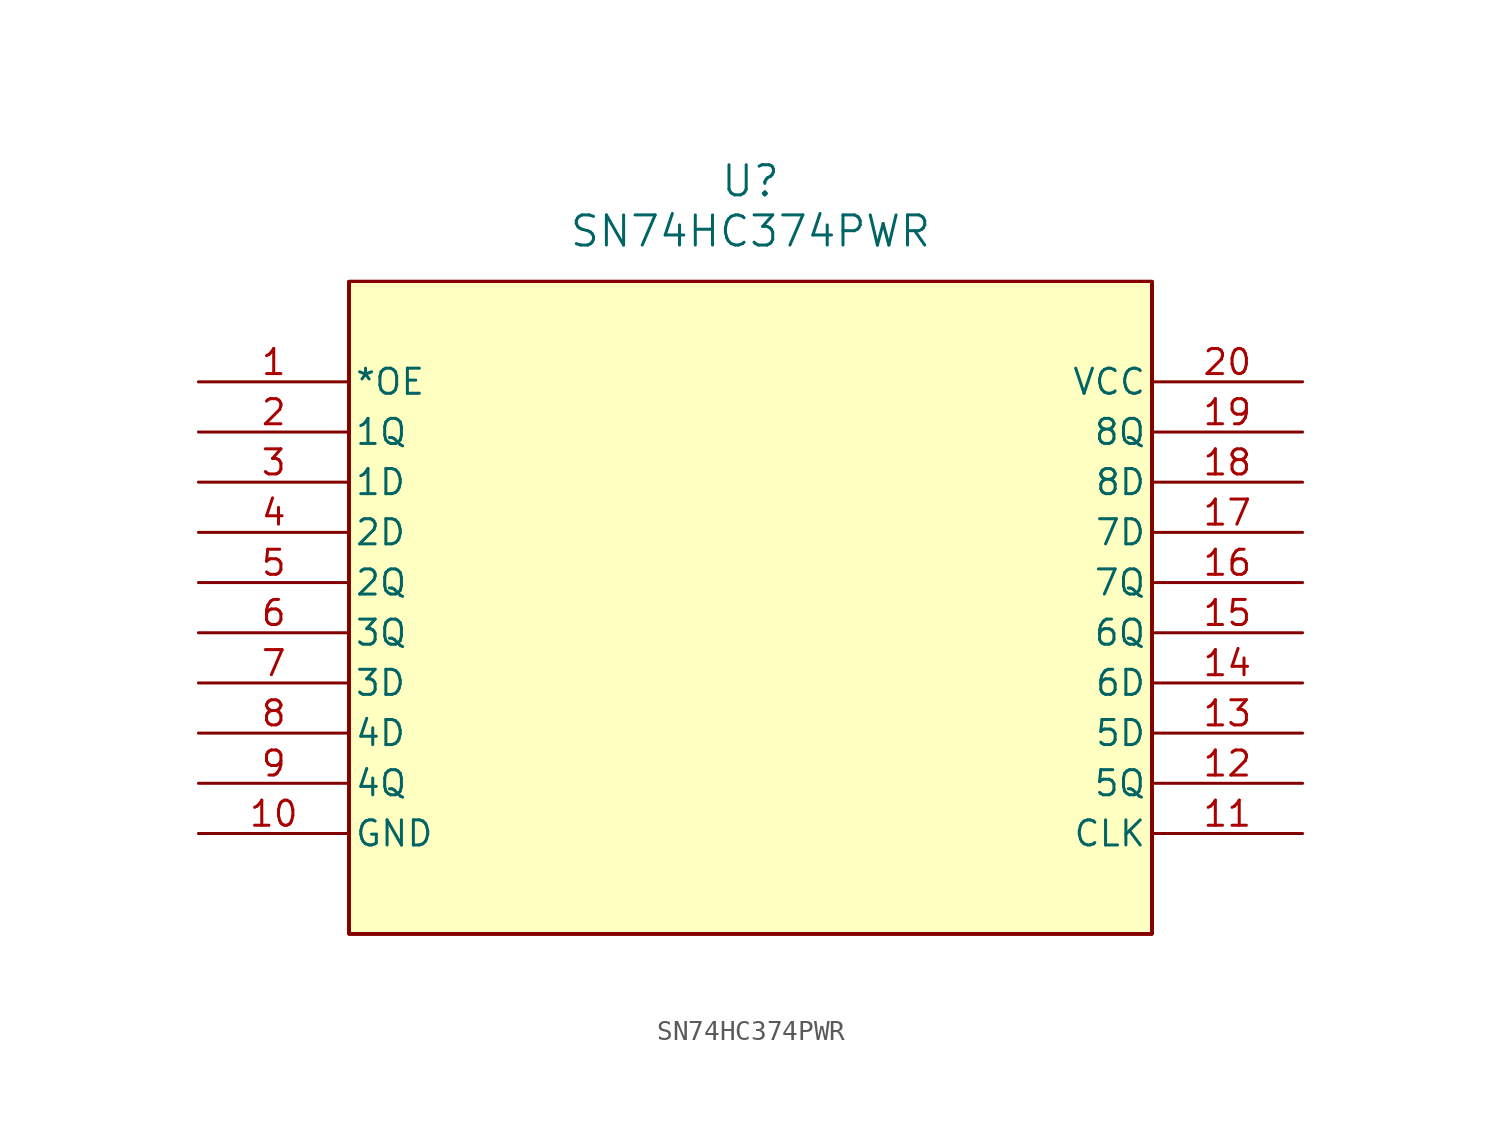
<source format=kicad_sym>
(kicad_symbol_lib
  (version 20241209)
  (generator "kicad_symbol_editor")
  (generator_version "9.0")
  (symbol "SN74HC374PWR"
    (pin_names
      (offset 0.254))
    (property "Reference" "U"
      (at 99.06 -6.35 0)
      (effects (font (size 1.524 1.524))))
    (property "Value" "SN74HC374PWR"
      (at 99.06 -8.89 0)
      (effects (font (size 1.524 1.524))))
    (symbol "SN74HC374PWR_0_1"
      (polyline (pts (xy 119.38 -11.43) (xy 78.74 -11.43)) (stroke (width 0.127) (type default)) (fill (type none)))
      (polyline (pts (xy 119.38 -44.45) (xy 119.38 -11.43)) (stroke (width 0.127) (type default)) (fill (type none)))
      (pin input line (at 71.12 -16.51 0) (length 7.62) (name "*OE" (effects (font (size 1.27 1.27)))) (number "1" (effects (font (size 1.27 1.27)))))
      (pin output line (at 71.12 -19.05 0) (length 7.62) (name "1Q" (effects (font (size 1.27 1.27)))) (number "2" (effects (font (size 1.27 1.27)))))
      (pin input line (at 71.12 -21.59 0) (length 7.62) (name "1D" (effects (font (size 1.27 1.27)))) (number "3" (effects (font (size 1.27 1.27)))))
      (pin input line (at 71.12 -24.13 0) (length 7.62) (name "2D" (effects (font (size 1.27 1.27)))) (number "4" (effects (font (size 1.27 1.27)))))
      (pin output line (at 71.12 -26.67 0) (length 7.62) (name "2Q" (effects (font (size 1.27 1.27)))) (number "5" (effects (font (size 1.27 1.27)))))
      (pin output line (at 71.12 -29.21 0) (length 7.62) (name "3Q" (effects (font (size 1.27 1.27)))) (number "6" (effects (font (size 1.27 1.27)))))
      (pin input line (at 71.12 -31.75 0) (length 7.62) (name "3D" (effects (font (size 1.27 1.27)))) (number "7" (effects (font (size 1.27 1.27)))))
      (pin input line (at 71.12 -34.29 0) (length 7.62) (name "4D" (effects (font (size 1.27 1.27)))) (number "8" (effects (font (size 1.27 1.27)))))
      (pin output line (at 71.12 -36.83 0) (length 7.62) (name "4Q" (effects (font (size 1.27 1.27)))) (number "9" (effects (font (size 1.27 1.27)))))
      (pin power_in line (at 71.12 -39.37 0) (length 7.62) (name "GND" (effects (font (size 1.27 1.27)))) (number "10" (effects (font (size 1.27 1.27)))))
      (pin power_in line (at 127 -16.51 180) (length 7.62) (name "VCC" (effects (font (size 1.27 1.27)))) (number "20" (effects (font (size 1.27 1.27)))))
      (pin output line (at 127 -19.05 180) (length 7.62) (name "8Q" (effects (font (size 1.27 1.27)))) (number "19" (effects (font (size 1.27 1.27)))))
      (pin input line (at 127 -21.59 180) (length 7.62) (name "8D" (effects (font (size 1.27 1.27)))) (number "18" (effects (font (size 1.27 1.27)))))
      (pin input line (at 127 -24.13 180) (length 7.62) (name "7D" (effects (font (size 1.27 1.27)))) (number "17" (effects (font (size 1.27 1.27)))))
      (pin output line (at 127 -26.67 180) (length 7.62) (name "7Q" (effects (font (size 1.27 1.27)))) (number "16" (effects (font (size 1.27 1.27)))))
      (pin output line (at 127 -29.21 180) (length 7.62) (name "6Q" (effects (font (size 1.27 1.27)))) (number "15" (effects (font (size 1.27 1.27)))))
      (pin input line (at 127 -31.75 180) (length 7.62) (name "6D" (effects (font (size 1.27 1.27)))) (number "14" (effects (font (size 1.27 1.27)))))
      (pin input line (at 127 -34.29 180) (length 7.62) (name "5D" (effects (font (size 1.27 1.27)))) (number "13" (effects (font (size 1.27 1.27)))))
      (pin output line (at 127 -36.83 180) (length 7.62) (name "5Q" (effects (font (size 1.27 1.27)))) (number "12" (effects (font (size 1.27 1.27)))))
      (pin input line (at 127 -39.37 180) (length 7.62) (name "CLK" (effects (font (size 1.27 1.27)))) (number "11" (effects (font (size 1.27 1.27))))))
    (symbol "SN74HC374PWR_1_1"
      (polyline (pts (xy 78.74 -11.43) (xy 78.74 -44.45)) (stroke (width 0.127) (type solid)) (fill (type background)))
      (rectangle (start 78.74 -11.43) (end 119.38 -44.45) (stroke (width 0) (type default)) (fill (type none)))
      (rectangle (start 78.74 -11.43) (end 119.38 -44.45) (stroke (width 0) (type default)) (fill (type none)))
      (rectangle (start 78.74 -11.43) (end 119.38 -44.45) (stroke (width 0) (type solid)) (fill (type background)))
      (polyline (pts (xy 78.74 -44.45) (xy 119.38 -44.45)) (stroke (width 0.127) (type solid)) (fill (type background)))
      (rectangle (start 119.38 -44.45) (end 78.74 -11.43) (stroke (width 0) (type default)) (fill (type none)))
      (rectangle (start 119.38 -44.45) (end 78.74 -11.43) (stroke (width 0) (type default)) (fill (type none))))))
</source>
